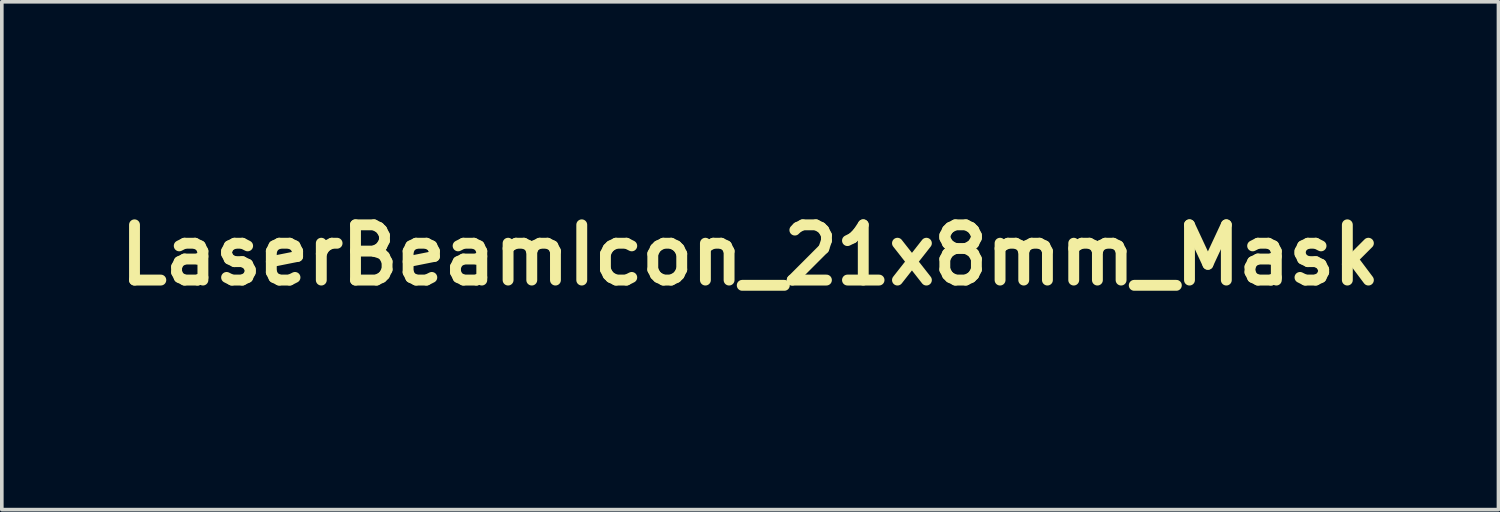
<source format=kicad_pcb>
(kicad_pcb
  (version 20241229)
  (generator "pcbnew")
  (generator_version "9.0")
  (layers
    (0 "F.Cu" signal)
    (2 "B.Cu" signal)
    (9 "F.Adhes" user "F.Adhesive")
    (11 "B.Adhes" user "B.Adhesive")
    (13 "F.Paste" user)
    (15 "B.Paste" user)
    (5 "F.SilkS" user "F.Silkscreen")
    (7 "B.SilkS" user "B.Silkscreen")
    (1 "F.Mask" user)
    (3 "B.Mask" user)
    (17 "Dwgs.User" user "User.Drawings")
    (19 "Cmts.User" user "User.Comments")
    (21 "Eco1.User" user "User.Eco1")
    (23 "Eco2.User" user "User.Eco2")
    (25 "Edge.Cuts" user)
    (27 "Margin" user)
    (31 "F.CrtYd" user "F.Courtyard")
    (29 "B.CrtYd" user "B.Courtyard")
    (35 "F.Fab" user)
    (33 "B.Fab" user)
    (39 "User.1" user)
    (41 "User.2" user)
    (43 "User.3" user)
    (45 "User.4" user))
  (footprint "LaserBeamIcon_21x8mm_Mask"
    (layer "F.Cu")
    (at 17.642 3.986)
    (property "Reference" "LaserBeamIcon_21x8mm_Mask" (at 0 0 0) (layer "F.SilkS") (effects (font (size 1.524 1.524) (thickness 0.3))))
    (attr exclude_from_pos_files exclude_from_bom)
    (fp_poly (pts (xy -6.624 -2.655) (xy -6.615 -1.323) (xy -6.498 -1.746) (xy -6.447 -1.931) (xy -6.397 -2.11) (xy -6.355 -2.263) (xy -6.328 -2.358) (xy -6.275 -2.547) (xy -6.145 -2.523) (xy -6.052 -2.5) (xy -5.991 -2.475) (xy -5.986 -2.471) (xy -5.983 -2.427) (xy -6 -2.323) (xy -6.033 -2.167) (xy -6.082 -1.968) (xy -6.144 -1.734) (xy -6.218 -1.472) (xy -6.229 -1.43) (xy -6.252 -1.339) (xy -6.256 -1.29) (xy -6.247 -1.289) (xy -6.222 -1.327) (xy -6.167 -1.418) (xy -6.085 -1.556) (xy -5.981 -1.733) (xy -5.859 -1.942) (xy -5.725 -2.175) (xy -5.626 -2.346) (xy -5.452 -2.648) (xy -5.31 -2.895) (xy -5.197 -3.092) (xy -5.108 -3.243) (xy -5.041 -3.355) (xy -4.99 -3.433) (xy -4.953 -3.482) (xy -4.926 -3.507) (xy -4.905 -3.514) (xy -4.887 -3.508) (xy -4.867 -3.494) (xy -4.843 -3.477) (xy -4.841 -3.477) (xy -4.755 -3.428) (xy -4.696 -3.392) (xy -4.69 -3.371) (xy -4.702 -3.324) (xy -4.734 -3.247) (xy -4.791 -3.133) (xy -4.874 -2.978) (xy -4.985 -2.778) (xy -5.128 -2.525) (xy -5.264 -2.288) (xy -5.41 -2.035) (xy -5.546 -1.797) (xy -5.668 -1.584) (xy -5.772 -1.403) (xy -5.852 -1.261) (xy -5.905 -1.166) (xy -5.925 -1.129) (xy -5.916 -1.124) (xy -5.864 -1.164) (xy -5.776 -1.242) (xy -5.658 -1.352) (xy -5.518 -1.488) (xy -5.507 -1.499) (xy -5.045 -1.957) (xy -4.817 -1.728) (xy -5.275 -1.266) (xy -5.413 -1.124) (xy -5.525 -1.005) (xy -5.605 -0.914) (xy -5.648 -0.86) (xy -5.646 -0.847) (xy -5.644 -0.848) (xy -5.593 -0.876) (xy -5.489 -0.935) (xy -5.34 -1.02) (xy -5.153 -1.127) (xy -4.937 -1.251) (xy -4.699 -1.389) (xy -4.532 -1.485) (xy -4.287 -1.627) (xy -4.059 -1.758) (xy -3.857 -1.873) (xy -3.688 -1.969) (xy -3.56 -2.041) (xy -3.48 -2.085) (xy -3.456 -2.097) (xy -3.402 -2.081) (xy -3.336 -1.995) (xy -3.325 -1.977) (xy -3.245 -1.838) (xy -3.484 -1.699) (xy -3.578 -1.644) (xy -3.723 -1.56) (xy -3.907 -1.453) (xy -4.12 -1.33) (xy -4.351 -1.196) (xy -4.586 -1.059) (xy -4.811 -0.929) (xy -5.016 -0.809) (xy -5.194 -0.704) (xy -5.336 -0.619) (xy -5.435 -0.559) (xy -5.481 -0.529) (xy -5.483 -0.527) (xy -5.476 -0.515) (xy -5.418 -0.524) (xy -5.395 -0.53) (xy -5.16 -0.597) (xy -4.934 -0.658) (xy -4.728 -0.71) (xy -4.552 -0.751) (xy -4.415 -0.778) (xy -4.329 -0.79) (xy -4.302 -0.788) (xy -4.278 -0.736) (xy -4.254 -0.647) (xy -4.25 -0.629) (xy -4.226 -0.499) (xy -4.397 -0.448) (xy -4.504 -0.418) (xy -4.655 -0.376) (xy -4.83 -0.329) (xy -4.957 -0.296) (xy -5.345 -0.194) (xy 10.795 -0.176) (xy 10.795 0.212) (xy 2.725 0.22) (xy -5.345 0.229) (xy -4.957 0.331) (xy -4.78 0.378) (xy -4.61 0.424) (xy -4.468 0.463) (xy -4.397 0.483) (xy -4.226 0.534) (xy -4.25 0.664) (xy -4.273 0.757) (xy -4.298 0.818) (xy -4.302 0.823) (xy -4.345 0.824) (xy -4.445 0.808) (xy -4.593 0.777) (xy -4.778 0.733) (xy -4.99 0.678) (xy -5.219 0.616) (xy -5.395 0.566) (xy -5.465 0.551) (xy -5.487 0.557) (xy -5.483 0.562) (xy -5.445 0.588) (xy -5.354 0.644) (xy -5.218 0.725) (xy -5.045 0.827) (xy -4.843 0.945) (xy -4.621 1.075) (xy -4.586 1.095) (xy -4.348 1.233) (xy -4.117 1.366) (xy -3.905 1.489) (xy -3.721 1.596) (xy -3.577 1.68) (xy -3.484 1.734) (xy -3.245 1.873) (xy -3.325 2.012) (xy -3.393 2.108) (xy -3.449 2.134) (xy -3.456 2.132) (xy -3.499 2.11) (xy -3.594 2.057) (xy -3.736 1.978) (xy -3.916 1.875) (xy -4.126 1.754) (xy -4.36 1.62) (xy -4.532 1.52) (xy -4.78 1.377) (xy -5.012 1.243) (xy -5.219 1.124) (xy -5.394 1.024) (xy -5.529 0.947) (xy -5.617 0.898) (xy -5.644 0.883) (xy -5.649 0.893) (xy -5.609 0.945) (xy -5.532 1.033) (xy -5.421 1.151) (xy -5.285 1.291) (xy -5.275 1.301) (xy -4.817 1.764) (xy -5.045 1.992) (xy -5.507 1.534) (xy -5.649 1.396) (xy -5.768 1.284) (xy -5.859 1.203) (xy -5.914 1.161) (xy -5.926 1.162) (xy -5.925 1.164) (xy -5.898 1.215) (xy -5.839 1.319) (xy -5.754 1.469) (xy -5.647 1.656) (xy -5.522 1.875) (xy -5.384 2.115) (xy -5.264 2.323) (xy -5.095 2.62) (xy -4.959 2.86) (xy -4.853 3.051) (xy -4.777 3.196) (xy -4.725 3.301) (xy -4.697 3.372) (xy -4.69 3.413) (xy -4.696 3.427) (xy -4.762 3.467) (xy -4.841 3.512) (xy -4.866 3.528) (xy -4.886 3.542) (xy -4.904 3.549) (xy -4.925 3.543) (xy -4.951 3.519) (xy -4.987 3.472) (xy -5.037 3.396) (xy -5.104 3.287) (xy -5.191 3.137) (xy -5.303 2.944) (xy -5.443 2.7) (xy -5.614 2.402) (xy -5.626 2.381) (xy -5.767 2.136) (xy -5.899 1.91) (xy -6.015 1.71) (xy -6.113 1.545) (xy -6.187 1.42) (xy -6.234 1.344) (xy -6.247 1.324) (xy -6.257 1.335) (xy -6.247 1.398) (xy -6.229 1.466) (xy -6.154 1.731) (xy -6.091 1.971) (xy -6.04 2.175) (xy -6.004 2.338) (xy -5.985 2.45) (xy -5.984 2.504) (xy -5.986 2.506) (xy -6.037 2.531) (xy -6.127 2.555) (xy -6.145 2.558) (xy -6.275 2.582) (xy -6.328 2.394) (xy -6.359 2.283) (xy -6.403 2.127) (xy -6.453 1.946) (xy -6.498 1.782) (xy -6.615 1.358) (xy -6.624 2.69) (xy -6.633 4.022) (xy -6.95 4.022) (xy -6.95 2.693) (xy -6.95 2.395) (xy -6.951 2.122) (xy -6.953 1.88) (xy -6.955 1.677) (xy -6.958 1.521) (xy -6.962 1.42) (xy -6.965 1.38) (xy -6.966 1.38) (xy -6.98 1.418) (xy -7.008 1.511) (xy -7.047 1.648) (xy -7.093 1.814) (xy -7.108 1.871) (xy -7.172 2.109) (xy -7.22 2.287) (xy -7.258 2.414) (xy -7.287 2.497) (xy -7.314 2.545) (xy -7.342 2.567) (xy -7.374 2.57) (xy -7.414 2.563) (xy -7.439 2.558) (xy -7.531 2.535) (xy -7.591 2.51) (xy -7.596 2.506) (xy -7.599 2.462) (xy -7.582 2.358) (xy -7.549 2.203) (xy -7.5 2.004) (xy -7.438 1.769) (xy -7.364 1.507) (xy -7.353 1.466) (xy -7.33 1.375) (xy -7.326 1.326) (xy -7.335 1.324) (xy -7.36 1.362) (xy -7.415 1.454) (xy -7.497 1.592) (xy -7.601 1.769) (xy -7.723 1.977) (xy -7.857 2.21) (xy -7.956 2.381) (xy -8.098 2.629) (xy -8.232 2.86) (xy -8.351 3.066) (xy -8.452 3.24) (xy -8.529 3.374) (xy -8.58 3.459) (xy -8.595 3.485) (xy -8.647 3.566) (xy -8.777 3.488) (xy -8.86 3.438) (xy -8.912 3.406) (xy -8.92 3.4) (xy -8.906 3.369) (xy -8.86 3.283) (xy -8.787 3.151) (xy -8.691 2.978) (xy -8.574 2.772) (xy -8.442 2.54) (xy -8.317 2.322) (xy -8.171 2.068) (xy -8.035 1.831) (xy -7.913 1.618) (xy -7.81 1.437) (xy -7.729 1.295) (xy -7.676 1.201) (xy -7.657 1.164) (xy -7.666 1.16) (xy -7.718 1.199) (xy -7.806 1.277) (xy -7.924 1.387) (xy -8.064 1.524) (xy -8.075 1.534) (xy -8.537 1.992) (xy -8.765 1.764) (xy -8.307 1.301) (xy -8.165 1.156) (xy -8.045 1.032) (xy -7.954 0.935) (xy -7.898 0.874) (xy -7.884 0.855) (xy -7.885 0.855) (xy -7.922 0.876) (xy -8.014 0.928) (xy -8.153 1.008) (xy -8.331 1.11) (xy -8.541 1.231) (xy -8.776 1.366) (xy -8.996 1.492) (xy -9.248 1.637) (xy -9.482 1.772) (xy -9.691 1.891) (xy -9.867 1.99) (xy -10.003 2.067) (xy -10.092 2.115) (xy -10.125 2.132) (xy -10.179 2.117) (xy -10.245 2.033) (xy -10.257 2.013) (xy -10.337 1.873) (xy -10.134 1.755) (xy -10.051 1.707) (xy -9.918 1.629) (xy -9.742 1.528) (xy -9.535 1.408) (xy -9.304 1.275) (xy -9.061 1.135) (xy -8.989 1.093) (xy -8.756 0.958) (xy -8.545 0.835) (xy -8.362 0.728) (xy -8.216 0.642) (xy -8.112 0.58) (xy -8.059 0.547) (xy -8.054 0.543) (xy -8.089 0.549) (xy -8.18 0.571) (xy -8.317 0.606) (xy -8.489 0.651) (xy -8.643 0.692) (xy -8.837 0.742) (xy -9.008 0.784) (xy -9.145 0.814) (xy -9.235 0.831) (xy -9.265 0.832) (xy -9.295 0.791) (xy -9.322 0.711) (xy -9.34 0.621) (xy -9.34 0.553) (xy -9.333 0.537) (xy -9.294 0.522) (xy -9.199 0.492) (xy -9.059 0.451) (xy -8.886 0.402) (xy -8.758 0.367) (xy -8.202 0.217) (xy -9.499 0.214) (xy -10.795 0.212) (xy -10.795 -0.176) (xy -9.499 -0.179) (xy -8.202 -0.181) (xy -8.758 -0.332) (xy -8.946 -0.384) (xy -9.109 -0.43) (xy -9.236 -0.468) (xy -9.314 -0.493) (xy -9.333 -0.502) (xy -9.343 -0.551) (xy -9.332 -0.635) (xy -9.308 -0.723) (xy -9.278 -0.786) (xy -9.265 -0.797) (xy -9.219 -0.793) (xy -9.117 -0.773) (xy -8.972 -0.74) (xy -8.794 -0.696) (xy -8.643 -0.657) (xy -8.452 -0.606) (xy -8.286 -0.563) (xy -8.157 -0.531) (xy -8.077 -0.511) (xy -8.054 -0.507) (xy -8.081 -0.526) (xy -8.163 -0.575) (xy -8.291 -0.651) (xy -8.458 -0.749) (xy -8.657 -0.866) (xy -8.881 -0.995) (xy -8.989 -1.057) (xy -9.234 -1.199) (xy -9.469 -1.335) (xy -9.684 -1.459) (xy -9.87 -1.567) (xy -10.017 -1.652) (xy -10.115 -1.709) (xy -10.134 -1.719) (xy -10.337 -1.838) (xy -10.257 -1.977) (xy -10.189 -2.072) (xy -10.133 -2.099) (xy -10.125 -2.097) (xy -10.083 -2.075) (xy -9.987 -2.022) (xy -9.845 -1.942) (xy -9.664 -1.84) (xy -9.451 -1.718) (xy -9.213 -1.582) (xy -8.996 -1.457) (xy -8.744 -1.312) (xy -8.512 -1.179) (xy -8.305 -1.06) (xy -8.132 -0.961) (xy -7.999 -0.885) (xy -7.914 -0.836) (xy -7.885 -0.82) (xy -7.897 -0.838) (xy -7.952 -0.898) (xy -8.043 -0.994) (xy -8.162 -1.118) (xy -8.304 -1.262) (xy -8.307 -1.265) (xy -8.765 -1.728) (xy -8.537 -1.957) (xy -8.075 -1.499) (xy -7.933 -1.361) (xy -7.814 -1.248) (xy -7.723 -1.168) (xy -7.668 -1.126) (xy -7.655 -1.127) (xy -7.656 -1.129) (xy -7.684 -1.18) (xy -7.742 -1.284) (xy -7.827 -1.433) (xy -7.934 -1.621) (xy -8.059 -1.839) (xy -8.197 -2.08) (xy -8.316 -2.287) (xy -8.459 -2.536) (xy -8.59 -2.765) (xy -8.704 -2.967) (xy -8.798 -3.135) (xy -8.868 -3.262) (xy -8.91 -3.341) (xy -8.92 -3.365) (xy -8.885 -3.387) (xy -8.811 -3.432) (xy -8.777 -3.453) (xy -8.647 -3.531) (xy -8.595 -3.45) (xy -8.566 -3.401) (xy -8.506 -3.298) (xy -8.42 -3.15) (xy -8.312 -2.964) (xy -8.187 -2.748) (xy -8.051 -2.511) (xy -7.956 -2.346) (xy -7.814 -2.101) (xy -7.683 -1.875) (xy -7.567 -1.675) (xy -7.469 -1.509) (xy -7.395 -1.385) (xy -7.349 -1.309) (xy -7.335 -1.289) (xy -7.325 -1.3) (xy -7.335 -1.362) (xy -7.353 -1.43) (xy -7.427 -1.696) (xy -7.491 -1.935) (xy -7.542 -2.14) (xy -7.578 -2.303) (xy -7.597 -2.415) (xy -7.598 -2.468) (xy -7.596 -2.471) (xy -7.545 -2.496) (xy -7.455 -2.52) (xy -7.439 -2.523) (xy -7.392 -2.532) (xy -7.357 -2.535) (xy -7.327 -2.524) (xy -7.301 -2.49) (xy -7.273 -2.424) (xy -7.24 -2.32) (xy -7.197 -2.168) (xy -7.142 -1.961) (xy -7.108 -1.836) (xy -7.061 -1.663) (xy -7.02 -1.516) (xy -6.988 -1.407) (xy -6.968 -1.35) (xy -6.966 -1.345) (xy -6.962 -1.375) (xy -6.959 -1.468) (xy -6.956 -1.617) (xy -6.953 -1.814) (xy -6.951 -2.05) (xy -6.95 -2.32) (xy -6.95 -2.615) (xy -6.95 -2.658) (xy -6.95 -3.986) (xy -6.633 -3.986)) (stroke (width 0) (type solid)) (fill yes) (layer "F.Mask")))
  (gr_rect
    (start -3 -3)
    (end 38.284 11.008)
    (stroke (width 0.1) (type default))
    (fill no)
    (layer "Edge.Cuts")))
</source>
